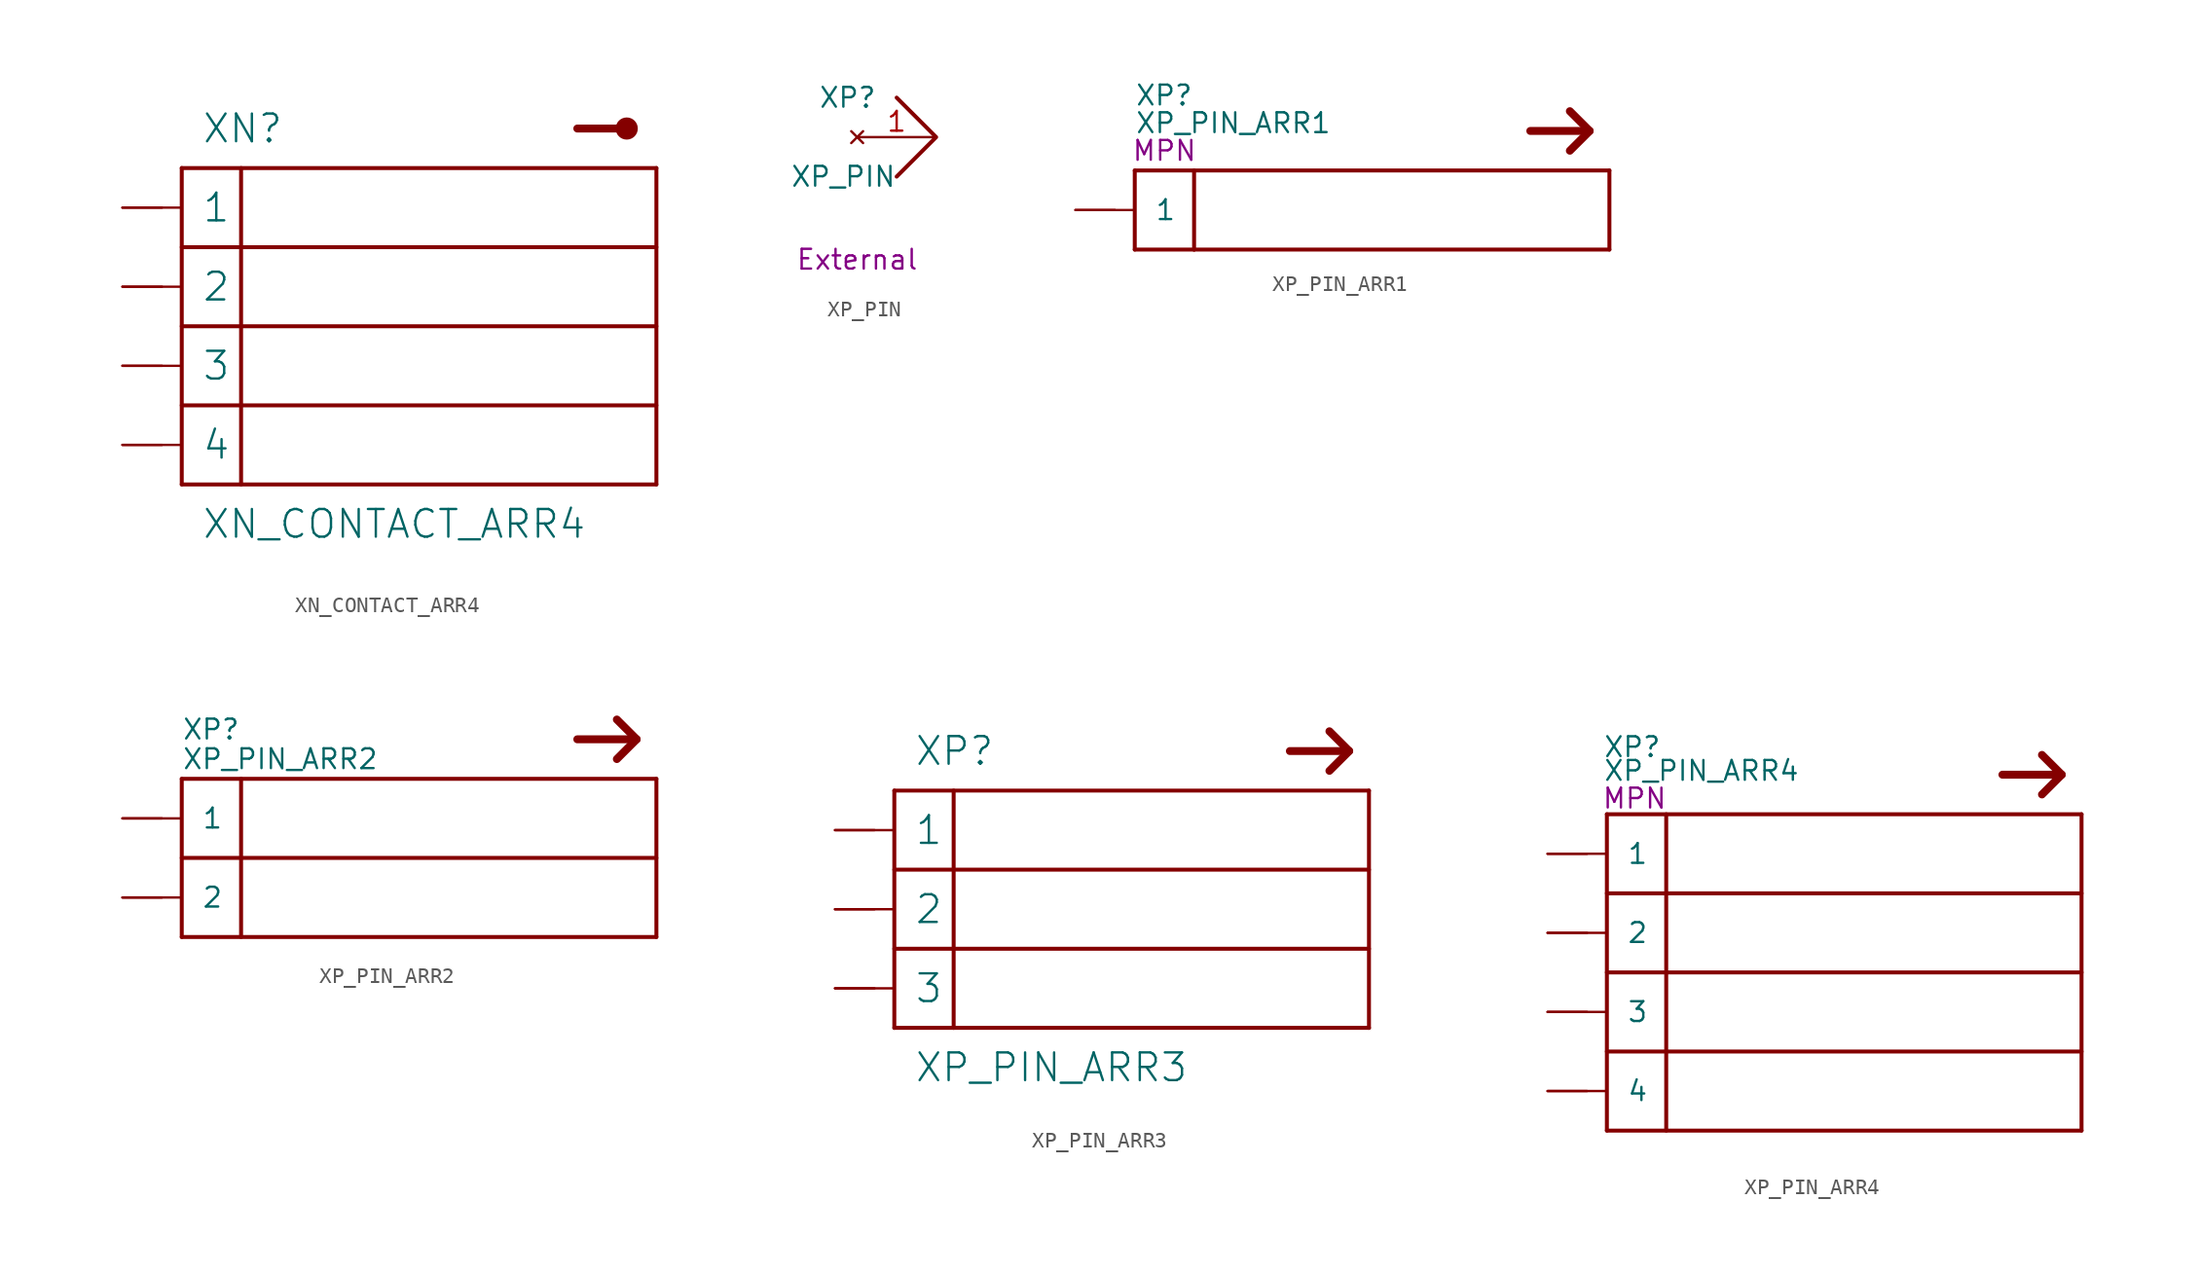
<source format=kicad_sym>
(kicad_symbol_lib
  (version 20211014)
  (generator kicad_symbol_editor)
  (symbol "XN_CONTACT_ARR4"
    (pin_numbers hide)
    (pin_names
      (offset 2.54))
    (property "Reference" "XN"
      (at -12.7 12.7 0)
      (effects (font (size 1.778 1.778)) (justify left)))
    (property "Value" "XN_CONTACT_ARR4"
      (at -12.7 -12.7 0)
      (effects (font (size 1.778 1.778)) (justify left)))
    (symbol "XN_CONTACT_ARR4_0_1"
      (polyline (pts (xy -17.78 -7.62) (xy -13.97 -7.62)) (stroke (width 0) (type default) (color 0 0 0 0)) (fill (type none)))
      (polyline (pts (xy -17.78 -2.54) (xy -13.97 -2.54)) (stroke (width 0) (type default) (color 0 0 0 0)) (fill (type none)))
      (polyline (pts (xy -17.78 2.54) (xy -13.97 2.54)) (stroke (width 0) (type default) (color 0 0 0 0)) (fill (type none)))
      (polyline (pts (xy -17.78 7.62) (xy -13.97 7.62)) (stroke (width 0) (type default) (color 0 0 0 0)) (fill (type none)))
      (polyline (pts (xy -13.97 -10.16) (xy 16.51 -10.16)) (stroke (width 0.254) (type default) (color 0 0 0 0)) (fill (type none)))
      (polyline (pts (xy -13.97 -5.08) (xy 16.51 -5.08)) (stroke (width 0.254) (type default) (color 0 0 0 0)) (fill (type none)))
      (polyline (pts (xy -13.97 0) (xy 16.51 0)) (stroke (width 0.254) (type default) (color 0 0 0 0)) (fill (type none)))
      (polyline (pts (xy -13.97 5.08) (xy 16.51 5.08)) (stroke (width 0.254) (type default) (color 0 0 0 0)) (fill (type none)))
      (polyline (pts (xy -13.97 10.16) (xy -13.97 -10.16)) (stroke (width 0.254) (type default) (color 0 0 0 0)) (fill (type none)))
      (polyline (pts (xy -13.97 10.16) (xy 16.51 10.16)) (stroke (width 0.254) (type default) (color 0 0 0 0)) (fill (type none)))
      (polyline (pts (xy -10.16 10.16) (xy -10.16 -10.16)) (stroke (width 0.254) (type default) (color 0 0 0 0)) (fill (type none)))
      (polyline (pts (xy 13.97 12.7) (xy 11.43 12.7)) (stroke (width 0.508) (type default) (color 0 0 0 0)) (fill (type none)))
      (polyline (pts (xy 16.51 10.16) (xy 16.51 -10.16)) (stroke (width 0.254) (type default) (color 0 0 0 0)) (fill (type none)))
      (circle (center 14.605 12.7) (radius 0.635) (stroke (width 0) (type default) (color 0 0 0 0)) (fill (type outline))))
    (symbol "XN_CONTACT_ARR4_1_1"
      (pin passive line (at -17.78 7.62 0) (length 2.54) (name "1" (effects (font (size 1.778 1.778)))) (number "1" (effects (font (size 1.27 1.27)))))
      (pin passive line (at -17.78 2.54 0) (length 2.54) (name "2" (effects (font (size 1.778 1.778)))) (number "2" (effects (font (size 1.27 1.27)))))
      (pin passive line (at -17.78 -2.54 0) (length 2.54) (name "3" (effects (font (size 1.778 1.778)))) (number "3" (effects (font (size 1.27 1.27)))))
      (pin passive line (at -17.78 -7.62 0) (length 2.54) (name "4" (effects (font (size 1.778 1.778)))) (number "4" (effects (font (size 1.27 1.27)))))))
  (symbol "XP_PIN"
    (pin_names
      (offset 0))
    (property "Reference" "XP"
      (at 1.27 2.54 0)
      (effects (font (size 1.27 1.27)) (justify right)))
    (property "Value" "XP_PIN"
      (at 2.54 -2.54 0)
      (effects (font (size 1.27 1.27)) (justify right)))
    (property "Case/Package" ""
      (at 0 -4.445 0)
      (effects (font (size 1.27 1.27))))
    (property "MPN" ""
      (at 0 -6.096 0)
      (effects (font (size 1.27 1.27))))
    (property "Assembly" "External"
      (at 0 -7.874 0)
      (effects (font (size 1.27 1.27))))
    (symbol "XP_PIN_0_0"
      (polyline (pts (xy 2.54 2.54) (xy 5.08 0) (xy 2.54 -2.54)) (stroke (width 0.254) (type default) (color 0 0 0 0)) (fill (type none))))
    (symbol "XP_PIN_1_1"
      (pin no_connect line (at 0 0 0) (length 5.08) (name "~" (effects (font (size 1.27 1.27)))) (number "1" (effects (font (size 1.27 1.27)))))))
  (symbol "XP_PIN_ARR1"
    (pin_numbers hide)
    (pin_names
      (offset 2.54))
    (property "Reference" "XP"
      (at -13.97 9.906 0)
      (effects (font (size 1.27 1.27)) (justify left)))
    (property "Value" "XP_PIN_ARR1"
      (at -13.97 8.128 0)
      (effects (font (size 1.27 1.27)) (justify left)))
    (property "MPN" "MPN"
      (at -12.065 6.35 0)
      (effects (font (size 1.27 1.27))))
    (property "Assembly" ""
      (at -8.636 9.906 0)
      (effects (font (size 1.27 1.27))))
    (symbol "XP_PIN_ARR1_0_0"
      (polyline (pts (xy 13.97 8.89) (xy 15.24 7.62) (xy 13.97 6.35)) (stroke (width 0.508) (type default) (color 0 0 0 0)) (fill (type none))))
    (symbol "XP_PIN_ARR1_0_1"
      (polyline (pts (xy -17.78 2.54) (xy -13.97 2.54)) (stroke (width 0) (type default) (color 0 0 0 0)) (fill (type none)))
      (polyline (pts (xy -13.97 0) (xy -13.97 5.08)) (stroke (width 0.254) (type default) (color 0 0 0 0)) (fill (type none)))
      (polyline (pts (xy -13.97 0) (xy 16.51 0)) (stroke (width 0.254) (type default) (color 0 0 0 0)) (fill (type none)))
      (polyline (pts (xy -13.97 5.08) (xy 16.51 5.08)) (stroke (width 0.254) (type default) (color 0 0 0 0)) (fill (type none)))
      (polyline (pts (xy -10.16 0) (xy -10.16 0)) (stroke (width 0.254) (type default) (color 0 0 0 0)) (fill (type none)))
      (polyline (pts (xy -10.16 5.08) (xy -10.16 0)) (stroke (width 0.254) (type default) (color 0 0 0 0)) (fill (type none)))
      (polyline (pts (xy 15.24 7.62) (xy 11.43 7.62)) (stroke (width 0.508) (type default) (color 0 0 0 0)) (fill (type none)))
      (polyline (pts (xy 16.51 5.08) (xy 16.51 0)) (stroke (width 0.254) (type default) (color 0 0 0 0)) (fill (type none))))
    (symbol "XP_PIN_ARR1_1_1"
      (pin passive line (at -17.78 2.54 0) (length 2.54) (name "1" (effects (font (size 1.27 1.27)))) (number "1" (effects (font (size 1.27 1.27)))))))
  (symbol "XP_PIN_ARR2"
    (pin_numbers hide)
    (pin_names
      (offset 2.54))
    (property "Reference" "XP"
      (at -13.97 8.255 0)
      (effects (font (size 1.27 1.27)) (justify left)))
    (property "Value" "XP_PIN_ARR2"
      (at -13.97 6.35 0)
      (effects (font (size 1.27 1.27)) (justify left)))
    (property "MNP" ""
      (at -9.144 8.382 0)
      (effects (font (size 1.27 1.27))))
    (property "Assembly" ""
      (at 1.27 6.35 0)
      (effects (font (size 1.27 1.27))))
    (symbol "XP_PIN_ARR2_0_0"
      (polyline (pts (xy 13.97 8.89) (xy 15.24 7.62) (xy 13.97 6.35)) (stroke (width 0.508) (type default) (color 0 0 0 0)) (fill (type none))))
    (symbol "XP_PIN_ARR2_0_1"
      (polyline (pts (xy -17.78 -2.54) (xy -13.97 -2.54)) (stroke (width 0) (type default) (color 0 0 0 0)) (fill (type none)))
      (polyline (pts (xy -17.78 2.54) (xy -13.97 2.54)) (stroke (width 0) (type default) (color 0 0 0 0)) (fill (type none)))
      (polyline (pts (xy -13.97 -5.08) (xy 16.51 -5.08)) (stroke (width 0.254) (type default) (color 0 0 0 0)) (fill (type none)))
      (polyline (pts (xy -13.97 0) (xy 16.51 0)) (stroke (width 0.254) (type default) (color 0 0 0 0)) (fill (type none)))
      (polyline (pts (xy -13.97 5.08) (xy -13.97 -5.08)) (stroke (width 0.254) (type default) (color 0 0 0 0)) (fill (type none)))
      (polyline (pts (xy -13.97 5.08) (xy 16.51 5.08)) (stroke (width 0.254) (type default) (color 0 0 0 0)) (fill (type none)))
      (polyline (pts (xy -10.16 5.08) (xy -10.16 -5.08)) (stroke (width 0.254) (type default) (color 0 0 0 0)) (fill (type none)))
      (polyline (pts (xy 15.24 7.62) (xy 11.43 7.62)) (stroke (width 0.508) (type default) (color 0 0 0 0)) (fill (type none)))
      (polyline (pts (xy 16.51 5.08) (xy 16.51 -5.08)) (stroke (width 0.254) (type default) (color 0 0 0 0)) (fill (type none))))
    (symbol "XP_PIN_ARR2_1_1"
      (pin passive line (at -17.78 2.54 0) (length 2.54) (name "1" (effects (font (size 1.27 1.27)))) (number "1" (effects (font (size 1.27 1.27)))))
      (pin passive line (at -17.78 -2.54 0) (length 2.54) (name "2" (effects (font (size 1.27 1.27)))) (number "2" (effects (font (size 1.27 1.27)))))))
  (symbol "XP_PIN_ARR3"
    (pin_numbers hide)
    (pin_names
      (offset 2.54))
    (property "Reference" "XP"
      (at -12.7 10.16 0)
      (effects (font (size 1.778 1.778)) (justify left)))
    (property "Value" "XP_PIN_ARR3"
      (at -12.7 -10.16 0)
      (effects (font (size 1.778 1.778)) (justify left)))
    (symbol "XP_PIN_ARR3_0_0"
      (polyline (pts (xy 13.97 11.43) (xy 15.24 10.16) (xy 13.97 8.89)) (stroke (width 0.508) (type default) (color 0 0 0 0)) (fill (type none))))
    (symbol "XP_PIN_ARR3_0_1"
      (polyline (pts (xy -17.78 -5.08) (xy -13.97 -5.08)) (stroke (width 0) (type default) (color 0 0 0 0)) (fill (type none)))
      (polyline (pts (xy -17.78 0) (xy -13.97 0)) (stroke (width 0) (type default) (color 0 0 0 0)) (fill (type none)))
      (polyline (pts (xy -17.78 5.08) (xy -13.97 5.08)) (stroke (width 0) (type default) (color 0 0 0 0)) (fill (type none)))
      (polyline (pts (xy -13.97 -7.62) (xy 16.51 -7.62)) (stroke (width 0.254) (type default) (color 0 0 0 0)) (fill (type none)))
      (polyline (pts (xy -13.97 -2.54) (xy 16.51 -2.54)) (stroke (width 0.254) (type default) (color 0 0 0 0)) (fill (type none)))
      (polyline (pts (xy -13.97 2.54) (xy 16.51 2.54)) (stroke (width 0.254) (type default) (color 0 0 0 0)) (fill (type none)))
      (polyline (pts (xy -13.97 7.62) (xy -13.97 -7.62)) (stroke (width 0.254) (type default) (color 0 0 0 0)) (fill (type none)))
      (polyline (pts (xy -13.97 7.62) (xy 16.51 7.62)) (stroke (width 0.254) (type default) (color 0 0 0 0)) (fill (type none)))
      (polyline (pts (xy -10.16 7.62) (xy -10.16 -7.62)) (stroke (width 0.254) (type default) (color 0 0 0 0)) (fill (type none)))
      (polyline (pts (xy 15.24 10.16) (xy 11.43 10.16)) (stroke (width 0.508) (type default) (color 0 0 0 0)) (fill (type none)))
      (polyline (pts (xy 16.51 7.62) (xy 16.51 -7.62)) (stroke (width 0.254) (type default) (color 0 0 0 0)) (fill (type none))))
    (symbol "XP_PIN_ARR3_1_1"
      (pin passive line (at -17.78 5.08 0) (length 2.54) (name "1" (effects (font (size 1.778 1.778)))) (number "1" (effects (font (size 1.27 1.27)))))
      (pin passive line (at -17.78 0 0) (length 2.54) (name "2" (effects (font (size 1.778 1.778)))) (number "2" (effects (font (size 1.27 1.27)))))
      (pin passive line (at -17.78 -5.08 0) (length 2.54) (name "3" (effects (font (size 1.778 1.778)))) (number "3" (effects (font (size 1.27 1.27)))))))
  (symbol "XP_PIN_ARR4"
    (pin_numbers hide)
    (pin_names
      (offset 2.54))
    (property "Reference" "XP"
      (at -14.224 14.478 0)
      (effects (font (size 1.27 1.27)) (justify left)))
    (property "Value" "XP_PIN_ARR4"
      (at -14.224 12.954 0)
      (effects (font (size 1.27 1.27)) (justify left)))
    (property "MPN" "MPN"
      (at -12.192 11.176 0)
      (effects (font (size 1.27 1.27))))
    (property "Assembly" ""
      (at 0 0 0)
      (effects (font (size 1.27 1.27))))
    (symbol "XP_PIN_ARR4_0_0"
      (polyline (pts (xy 13.97 13.97) (xy 15.24 12.7) (xy 13.97 11.43)) (stroke (width 0.508) (type default) (color 0 0 0 0)) (fill (type none))))
    (symbol "XP_PIN_ARR4_0_1"
      (polyline (pts (xy -17.78 -7.62) (xy -13.97 -7.62)) (stroke (width 0) (type default) (color 0 0 0 0)) (fill (type none)))
      (polyline (pts (xy -17.78 -2.54) (xy -13.97 -2.54)) (stroke (width 0) (type default) (color 0 0 0 0)) (fill (type none)))
      (polyline (pts (xy -17.78 2.54) (xy -13.97 2.54)) (stroke (width 0) (type default) (color 0 0 0 0)) (fill (type none)))
      (polyline (pts (xy -17.78 7.62) (xy -13.97 7.62)) (stroke (width 0) (type default) (color 0 0 0 0)) (fill (type none)))
      (polyline (pts (xy -13.97 -10.16) (xy 16.51 -10.16)) (stroke (width 0.254) (type default) (color 0 0 0 0)) (fill (type none)))
      (polyline (pts (xy -13.97 -5.08) (xy 16.51 -5.08)) (stroke (width 0.254) (type default) (color 0 0 0 0)) (fill (type none)))
      (polyline (pts (xy -13.97 0) (xy 16.51 0)) (stroke (width 0.254) (type default) (color 0 0 0 0)) (fill (type none)))
      (polyline (pts (xy -13.97 5.08) (xy 16.51 5.08)) (stroke (width 0.254) (type default) (color 0 0 0 0)) (fill (type none)))
      (polyline (pts (xy -13.97 10.16) (xy -13.97 -10.16)) (stroke (width 0.254) (type default) (color 0 0 0 0)) (fill (type none)))
      (polyline (pts (xy -13.97 10.16) (xy 16.51 10.16)) (stroke (width 0.254) (type default) (color 0 0 0 0)) (fill (type none)))
      (polyline (pts (xy -10.16 10.16) (xy -10.16 -10.16)) (stroke (width 0.254) (type default) (color 0 0 0 0)) (fill (type none)))
      (polyline (pts (xy 15.24 12.7) (xy 11.43 12.7)) (stroke (width 0.508) (type default) (color 0 0 0 0)) (fill (type none)))
      (polyline (pts (xy 16.51 10.16) (xy 16.51 -10.16)) (stroke (width 0.254) (type default) (color 0 0 0 0)) (fill (type none))))
    (symbol "XP_PIN_ARR4_1_1"
      (pin passive line (at -17.78 7.62 0) (length 2.54) (name "1" (effects (font (size 1.27 1.27)))) (number "1" (effects (font (size 0 0)))))
      (pin passive line (at -17.78 2.54 0) (length 2.54) (name "2" (effects (font (size 1.27 1.27)))) (number "2" (effects (font (size 0 0)))))
      (pin passive line (at -17.78 -2.54 0) (length 2.54) (name "3" (effects (font (size 1.27 1.27)))) (number "3" (effects (font (size 0 0)))))
      (pin passive line (at -17.78 -7.62 0) (length 2.54) (name "4" (effects (font (size 1.27 1.27)))) (number "4" (effects (font (size 0 0))))))))
</source>
